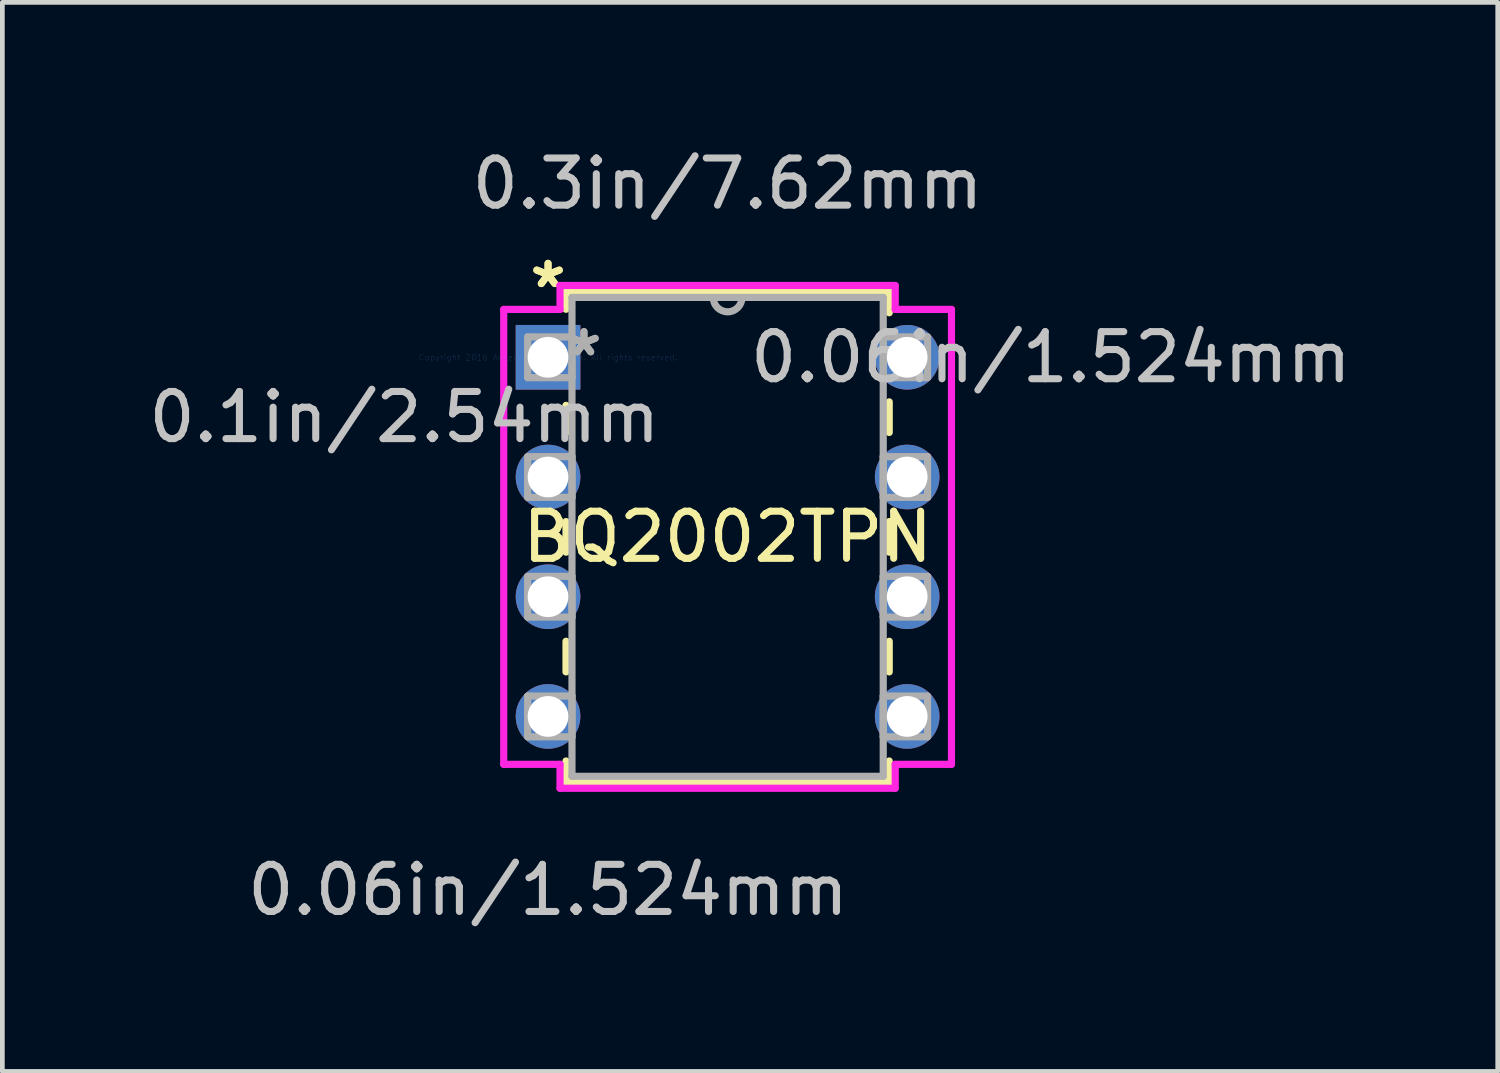
<source format=kicad_pcb>
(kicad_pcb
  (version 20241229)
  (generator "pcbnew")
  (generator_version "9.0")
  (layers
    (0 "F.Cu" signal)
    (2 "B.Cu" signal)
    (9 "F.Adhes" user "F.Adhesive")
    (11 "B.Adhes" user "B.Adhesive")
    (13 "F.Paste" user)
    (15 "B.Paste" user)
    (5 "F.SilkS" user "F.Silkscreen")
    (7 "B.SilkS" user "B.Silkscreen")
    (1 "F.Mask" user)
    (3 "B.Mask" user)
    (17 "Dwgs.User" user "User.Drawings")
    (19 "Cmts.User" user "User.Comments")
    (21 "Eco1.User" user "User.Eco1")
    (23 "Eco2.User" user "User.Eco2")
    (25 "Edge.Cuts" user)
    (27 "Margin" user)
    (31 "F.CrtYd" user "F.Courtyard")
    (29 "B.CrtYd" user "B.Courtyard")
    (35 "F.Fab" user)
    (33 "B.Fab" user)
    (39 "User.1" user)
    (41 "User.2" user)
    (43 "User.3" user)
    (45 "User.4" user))
  (footprint "BQ2002TPN"
    (layer "F.Cu")
    (at 8.578 4.531)
    (property "Reference" "BQ2002TPN" (at 3.81 3.81 0) (layer "F.SilkS") (effects (font (size 1 1) (thickness 0.15))))
    (attr through_hole)
    (fp_line (start 0.381 -1.397) (end 0.381 -1.019) (stroke (width 0.152) (type solid)) (layer "F.SilkS"))
    (fp_line (start 0.381 1.019) (end 0.381 1.595) (stroke (width 0.152) (type solid)) (layer "F.SilkS"))
    (fp_line (start 0.381 3.485) (end 0.381 4.135) (stroke (width 0.152) (type solid)) (layer "F.SilkS"))
    (fp_line (start 0.381 6.025) (end 0.381 6.675) (stroke (width 0.152) (type solid)) (layer "F.SilkS"))
    (fp_line (start 0.381 8.565) (end 0.381 9.017) (stroke (width 0.152) (type solid)) (layer "F.SilkS"))
    (fp_line (start 0.381 9.017) (end 7.239 9.017) (stroke (width 0.152) (type solid)) (layer "F.SilkS"))
    (fp_line (start 7.239 -1.397) (end 0.381 -1.397) (stroke (width 0.152) (type solid)) (layer "F.SilkS"))
    (fp_line (start 7.239 -0.945) (end 7.239 -1.397) (stroke (width 0.152) (type solid)) (layer "F.SilkS"))
    (fp_line (start 7.239 1.595) (end 7.239 0.945) (stroke (width 0.152) (type solid)) (layer "F.SilkS"))
    (fp_line (start 7.239 4.135) (end 7.239 3.485) (stroke (width 0.152) (type solid)) (layer "F.SilkS"))
    (fp_line (start 7.239 6.675) (end 7.239 6.025) (stroke (width 0.152) (type solid)) (layer "F.SilkS"))
    (fp_line (start 7.239 9.017) (end 7.239 8.565) (stroke (width 0.152) (type solid)) (layer "F.SilkS"))
    (fp_line (start -0.94 -1.016) (end -0.94 8.636) (stroke (width 0.152) (type solid)) (layer "F.CrtYd"))
    (fp_line (start -0.94 8.636) (end 0.254 8.636) (stroke (width 0.152) (type solid)) (layer "F.CrtYd"))
    (fp_line (start 0.254 -1.524) (end 0.254 -1.016) (stroke (width 0.152) (type solid)) (layer "F.CrtYd"))
    (fp_line (start 0.254 -1.016) (end -0.94 -1.016) (stroke (width 0.152) (type solid)) (layer "F.CrtYd"))
    (fp_line (start 0.254 8.636) (end 0.254 9.144) (stroke (width 0.152) (type solid)) (layer "F.CrtYd"))
    (fp_line (start 0.254 9.144) (end 7.366 9.144) (stroke (width 0.152) (type solid)) (layer "F.CrtYd"))
    (fp_line (start 7.366 -1.524) (end 0.254 -1.524) (stroke (width 0.152) (type solid)) (layer "F.CrtYd"))
    (fp_line (start 7.366 -1.016) (end 7.366 -1.524) (stroke (width 0.152) (type solid)) (layer "F.CrtYd"))
    (fp_line (start 7.366 8.636) (end 8.56 8.636) (stroke (width 0.152) (type solid)) (layer "F.CrtYd"))
    (fp_line (start 7.366 9.144) (end 7.366 8.636) (stroke (width 0.152) (type solid)) (layer "F.CrtYd"))
    (fp_line (start 8.56 -1.016) (end 7.366 -1.016) (stroke (width 0.152) (type solid)) (layer "F.CrtYd"))
    (fp_line (start 8.56 8.636) (end 8.56 -1.016) (stroke (width 0.152) (type solid)) (layer "F.CrtYd"))
    (fp_line (start -0.432 -0.432) (end -0.432 0.432) (stroke (width 0.152) (type solid)) (layer "F.Fab"))
    (fp_line (start -0.432 0.432) (end 0.508 0.432) (stroke (width 0.152) (type solid)) (layer "F.Fab"))
    (fp_line (start -0.432 2.108) (end -0.432 2.972) (stroke (width 0.152) (type solid)) (layer "F.Fab"))
    (fp_line (start -0.432 2.972) (end 0.508 2.972) (stroke (width 0.152) (type solid)) (layer "F.Fab"))
    (fp_line (start -0.432 4.648) (end -0.432 5.512) (stroke (width 0.152) (type solid)) (layer "F.Fab"))
    (fp_line (start -0.432 5.512) (end 0.508 5.512) (stroke (width 0.152) (type solid)) (layer "F.Fab"))
    (fp_line (start -0.432 7.188) (end -0.432 8.052) (stroke (width 0.152) (type solid)) (layer "F.Fab"))
    (fp_line (start -0.432 8.052) (end 0.508 8.052) (stroke (width 0.152) (type solid)) (layer "F.Fab"))
    (fp_line (start 0.508 -1.27) (end 0.508 8.89) (stroke (width 0.152) (type solid)) (layer "F.Fab"))
    (fp_line (start 0.508 -0.432) (end -0.432 -0.432) (stroke (width 0.152) (type solid)) (layer "F.Fab"))
    (fp_line (start 0.508 0.432) (end 0.508 -0.432) (stroke (width 0.152) (type solid)) (layer "F.Fab"))
    (fp_line (start 0.508 2.108) (end -0.432 2.108) (stroke (width 0.152) (type solid)) (layer "F.Fab"))
    (fp_line (start 0.508 2.972) (end 0.508 2.108) (stroke (width 0.152) (type solid)) (layer "F.Fab"))
    (fp_line (start 0.508 4.648) (end -0.432 4.648) (stroke (width 0.152) (type solid)) (layer "F.Fab"))
    (fp_line (start 0.508 5.512) (end 0.508 4.648) (stroke (width 0.152) (type solid)) (layer "F.Fab"))
    (fp_line (start 0.508 7.188) (end -0.432 7.188) (stroke (width 0.152) (type solid)) (layer "F.Fab"))
    (fp_line (start 0.508 8.052) (end 0.508 7.188) (stroke (width 0.152) (type solid)) (layer "F.Fab"))
    (fp_line (start 0.508 8.89) (end 7.112 8.89) (stroke (width 0.152) (type solid)) (layer "F.Fab"))
    (fp_line (start 7.112 -1.27) (end 0.508 -1.27) (stroke (width 0.152) (type solid)) (layer "F.Fab"))
    (fp_line (start 7.112 -0.432) (end 7.112 0.432) (stroke (width 0.152) (type solid)) (layer "F.Fab"))
    (fp_line (start 7.112 0.432) (end 8.052 0.432) (stroke (width 0.152) (type solid)) (layer "F.Fab"))
    (fp_line (start 7.112 2.108) (end 7.112 2.972) (stroke (width 0.152) (type solid)) (layer "F.Fab"))
    (fp_line (start 7.112 2.972) (end 8.052 2.972) (stroke (width 0.152) (type solid)) (layer "F.Fab"))
    (fp_line (start 7.112 4.648) (end 7.112 5.512) (stroke (width 0.152) (type solid)) (layer "F.Fab"))
    (fp_line (start 7.112 5.512) (end 8.052 5.512) (stroke (width 0.152) (type solid)) (layer "F.Fab"))
    (fp_line (start 7.112 7.188) (end 7.112 8.052) (stroke (width 0.152) (type solid)) (layer "F.Fab"))
    (fp_line (start 7.112 8.052) (end 8.052 8.052) (stroke (width 0.152) (type solid)) (layer "F.Fab"))
    (fp_line (start 7.112 8.89) (end 7.112 -1.27) (stroke (width 0.152) (type solid)) (layer "F.Fab"))
    (fp_line (start 8.052 -0.432) (end 7.112 -0.432) (stroke (width 0.152) (type solid)) (layer "F.Fab"))
    (fp_line (start 8.052 0.432) (end 8.052 -0.432) (stroke (width 0.152) (type solid)) (layer "F.Fab"))
    (fp_line (start 8.052 2.108) (end 7.112 2.108) (stroke (width 0.152) (type solid)) (layer "F.Fab"))
    (fp_line (start 8.052 2.972) (end 8.052 2.108) (stroke (width 0.152) (type solid)) (layer "F.Fab"))
    (fp_line (start 8.052 4.648) (end 7.112 4.648) (stroke (width 0.152) (type solid)) (layer "F.Fab"))
    (fp_line (start 8.052 5.512) (end 8.052 4.648) (stroke (width 0.152) (type solid)) (layer "F.Fab"))
    (fp_line (start 8.052 7.188) (end 7.112 7.188) (stroke (width 0.152) (type solid)) (layer "F.Fab"))
    (fp_line (start 8.052 8.052) (end 8.052 7.188) (stroke (width 0.152) (type solid)) (layer "F.Fab"))
    (fp_arc (start 4.1148 -1.27) (mid 3.81 -0.9652) (end 3.5052 -1.27) (stroke (width 0.1524) (type solid)) (layer "F.Fab"))
    (fp_text user "*" (at 0 -1.448 0) (layer "F.SilkS") (effects (font (size 1 1) (thickness 0.15))))
    (fp_text user "*" (at 0 -1.448 0) (layer "F.SilkS") (effects (font (size 1 1) (thickness 0.15))))
    (fp_text user "0.06in/1.524mm" (at 0 11.303 0) (layer "Dwgs.User") (effects (font (size 1 1) (thickness 0.15))))
    (fp_text user "0.06in/1.524mm" (at 10.668 0 0) (layer "Dwgs.User") (effects (font (size 1 1) (thickness 0.15))))
    (fp_text user "0.3in/7.62mm" (at 3.81 -3.683 0) (layer "Dwgs.User") (effects (font (size 1 1) (thickness 0.15))))
    (fp_text user "0.1in/2.54mm" (at -3.048 1.27 0) (layer "Dwgs.User") (effects (font (size 1 1) (thickness 0.15))))
    (fp_text user "Copyright 2016 Accelerated Designs. All rights reserved." (at 0 0 0) (layer "Cmts.User") (effects (font (size 0.127 0.127) (thickness 0.002))))
    (fp_text user "*" (at 0.762 0 0) (layer "F.Fab") (effects (font (size 1 1) (thickness 0.15))))
    (fp_text user "*" (at 0.762 0 0) (layer "F.Fab") (effects (font (size 1 1) (thickness 0.15))))
    (pad "1" thru_hole rect (at 0 0) (size 1.372 1.372) (drill 0.864) (layers "*.Cu" "*.Mask"))
    (pad "2" thru_hole circle (at 0 2.54) (size 1.372 1.372) (drill 0.864) (layers "*.Cu" "*.Mask"))
    (pad "3" thru_hole circle (at 0 5.08) (size 1.372 1.372) (drill 0.864) (layers "*.Cu" "*.Mask"))
    (pad "4" thru_hole circle (at 0 7.62) (size 1.372 1.372) (drill 0.864) (layers "*.Cu" "*.Mask"))
    (pad "5" thru_hole circle (at 7.62 7.62) (size 1.372 1.372) (drill 0.864) (layers "*.Cu" "*.Mask"))
    (pad "6" thru_hole circle (at 7.62 5.08) (size 1.372 1.372) (drill 0.864) (layers "*.Cu" "*.Mask"))
    (pad "7" thru_hole circle (at 7.62 2.54) (size 1.372 1.372) (drill 0.864) (layers "*.Cu" "*.Mask"))
    (pad "8" thru_hole circle (at 7.62 0) (size 1.372 1.372) (drill 0.864) (layers "*.Cu" "*.Mask")))
  (gr_rect
    (start -3 -3)
    (end 28.728 19.683)
    (stroke (width 0.1) (type default))
    (fill no)
    (layer "Edge.Cuts")))
</source>
